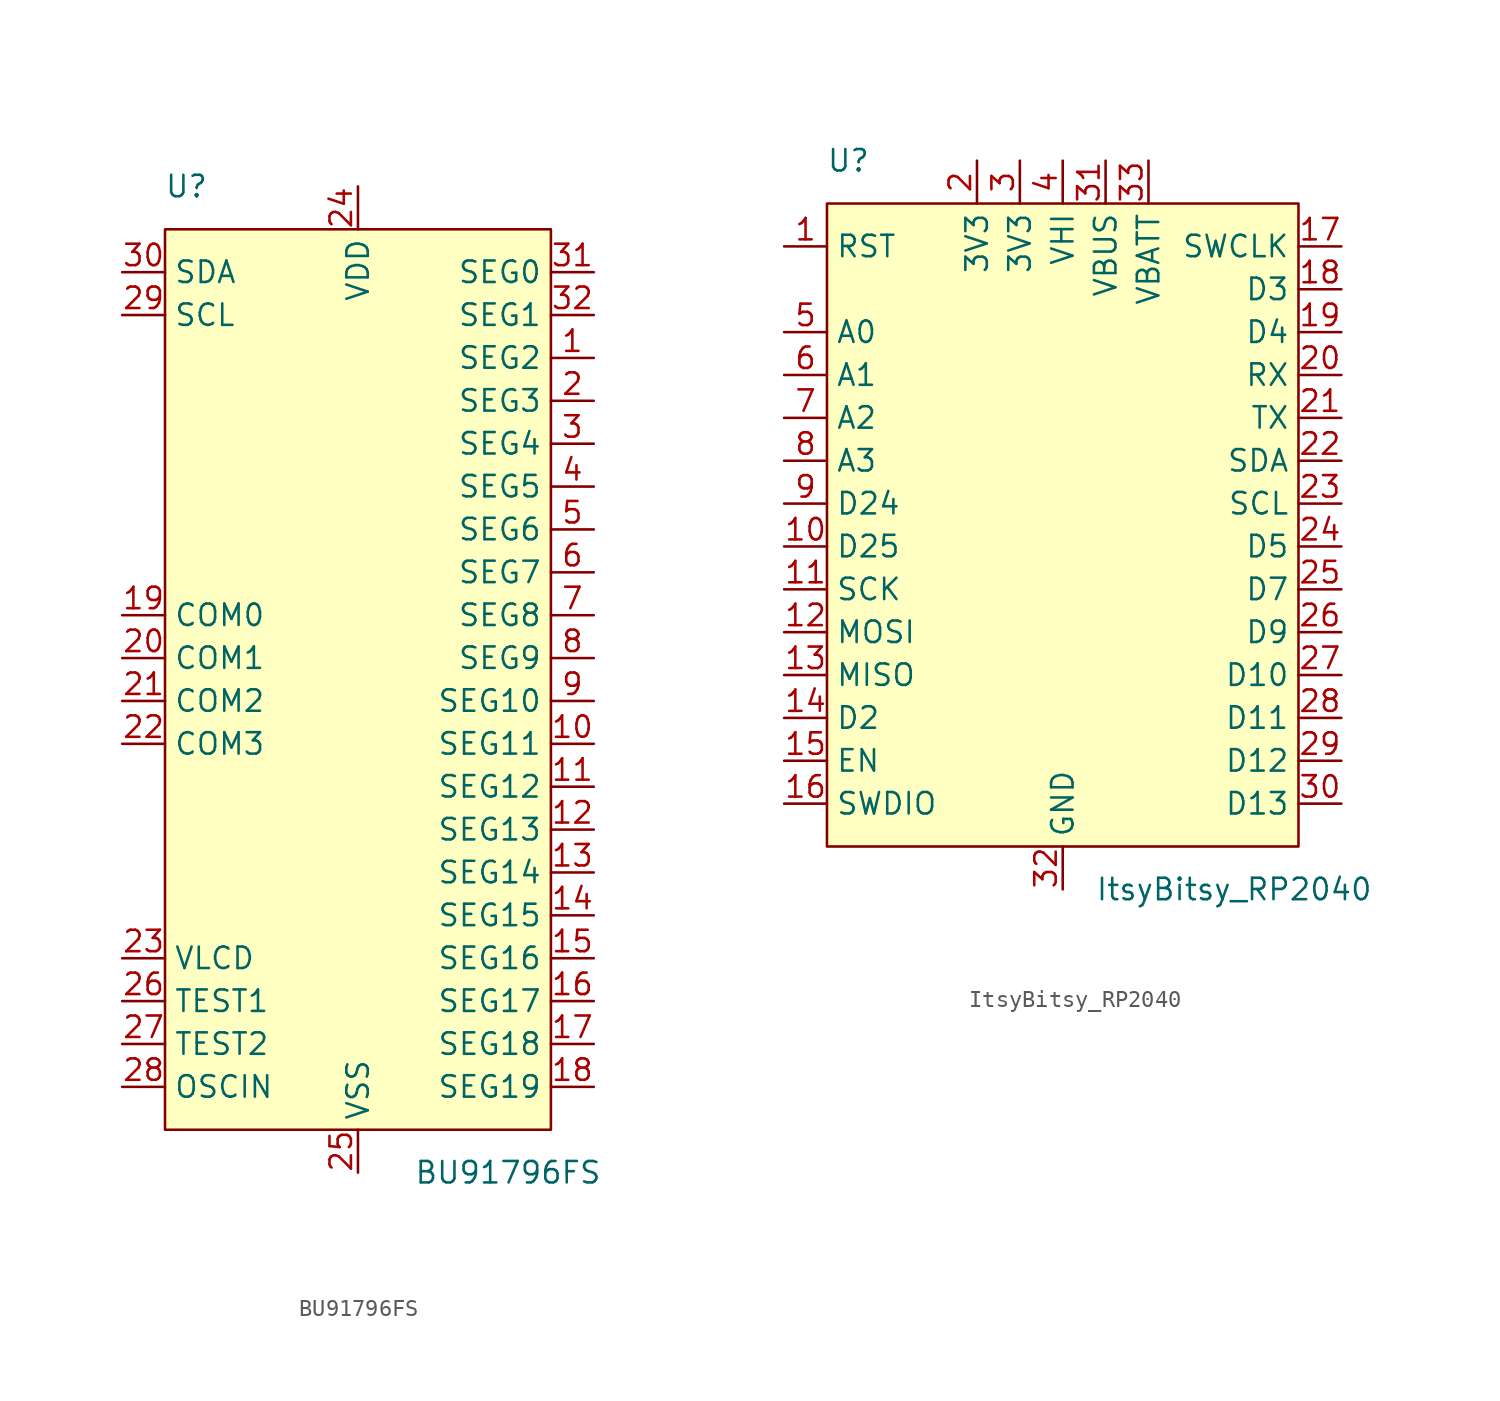
<source format=kicad_sym>
(kicad_symbol_lib
  (version 20211014)
  (generator kicad_symbol_editor)
  (symbol "BU91796FS"
    (property "Reference" "U"
      (at -10.16 29.21 0)
      (effects (font (size 1.27 1.27))))
    (property "Value" "BU91796FS"
      (at 8.89 -29.21 0)
      (effects (font (size 1.27 1.27))))
    (symbol "BU91796FS_0_1"
      (rectangle (start -11.43 26.67) (end 11.43 -26.67) (stroke (width 0) (type default) (color 0 0 0 0)) (fill (type background))))
    (symbol "BU91796FS_1_1"
      (pin output line (at 13.97 19.05 180) (length 2.54) (name "SEG2" (effects (font (size 1.27 1.27)))) (number "1" (effects (font (size 1.27 1.27)))))
      (pin output line (at 13.97 -3.81 180) (length 2.54) (name "SEG11" (effects (font (size 1.27 1.27)))) (number "10" (effects (font (size 1.27 1.27)))))
      (pin output line (at 13.97 -6.35 180) (length 2.54) (name "SEG12" (effects (font (size 1.27 1.27)))) (number "11" (effects (font (size 1.27 1.27)))))
      (pin output line (at 13.97 -8.89 180) (length 2.54) (name "SEG13" (effects (font (size 1.27 1.27)))) (number "12" (effects (font (size 1.27 1.27)))))
      (pin output line (at 13.97 -11.43 180) (length 2.54) (name "SEG14" (effects (font (size 1.27 1.27)))) (number "13" (effects (font (size 1.27 1.27)))))
      (pin output line (at 13.97 -13.97 180) (length 2.54) (name "SEG15" (effects (font (size 1.27 1.27)))) (number "14" (effects (font (size 1.27 1.27)))))
      (pin output line (at 13.97 -16.51 180) (length 2.54) (name "SEG16" (effects (font (size 1.27 1.27)))) (number "15" (effects (font (size 1.27 1.27)))))
      (pin output line (at 13.97 -19.05 180) (length 2.54) (name "SEG17" (effects (font (size 1.27 1.27)))) (number "16" (effects (font (size 1.27 1.27)))))
      (pin output line (at 13.97 -21.59 180) (length 2.54) (name "SEG18" (effects (font (size 1.27 1.27)))) (number "17" (effects (font (size 1.27 1.27)))))
      (pin output line (at 13.97 -24.13 180) (length 2.54) (name "SEG19" (effects (font (size 1.27 1.27)))) (number "18" (effects (font (size 1.27 1.27)))))
      (pin output line (at -13.97 3.81 0) (length 2.54) (name "COM0" (effects (font (size 1.27 1.27)))) (number "19" (effects (font (size 1.27 1.27)))))
      (pin output line (at 13.97 16.51 180) (length 2.54) (name "SEG3" (effects (font (size 1.27 1.27)))) (number "2" (effects (font (size 1.27 1.27)))))
      (pin output line (at -13.97 1.27 0) (length 2.54) (name "COM1" (effects (font (size 1.27 1.27)))) (number "20" (effects (font (size 1.27 1.27)))))
      (pin output line (at -13.97 -1.27 0) (length 2.54) (name "COM2" (effects (font (size 1.27 1.27)))) (number "21" (effects (font (size 1.27 1.27)))))
      (pin output line (at -13.97 -3.81 0) (length 2.54) (name "COM3" (effects (font (size 1.27 1.27)))) (number "22" (effects (font (size 1.27 1.27)))))
      (pin power_in line (at -13.97 -16.51 0) (length 2.54) (name "VLCD" (effects (font (size 1.27 1.27)))) (number "23" (effects (font (size 1.27 1.27)))))
      (pin power_in line (at 0 29.21 270) (length 2.54) (name "VDD" (effects (font (size 1.27 1.27)))) (number "24" (effects (font (size 1.27 1.27)))))
      (pin power_in line (at 0 -29.21 90) (length 2.54) (name "VSS" (effects (font (size 1.27 1.27)))) (number "25" (effects (font (size 1.27 1.27)))))
      (pin input line (at -13.97 -19.05 0) (length 2.54) (name "TEST1" (effects (font (size 1.27 1.27)))) (number "26" (effects (font (size 1.27 1.27)))))
      (pin input line (at -13.97 -21.59 0) (length 2.54) (name "TEST2" (effects (font (size 1.27 1.27)))) (number "27" (effects (font (size 1.27 1.27)))))
      (pin input line (at -13.97 -24.13 0) (length 2.54) (name "OSCIN" (effects (font (size 1.27 1.27)))) (number "28" (effects (font (size 1.27 1.27)))))
      (pin input line (at -13.97 21.59 0) (length 2.54) (name "SCL" (effects (font (size 1.27 1.27)))) (number "29" (effects (font (size 1.27 1.27)))))
      (pin output line (at 13.97 13.97 180) (length 2.54) (name "SEG4" (effects (font (size 1.27 1.27)))) (number "3" (effects (font (size 1.27 1.27)))))
      (pin bidirectional line (at -13.97 24.13 0) (length 2.54) (name "SDA" (effects (font (size 1.27 1.27)))) (number "30" (effects (font (size 1.27 1.27)))))
      (pin output line (at 13.97 24.13 180) (length 2.54) (name "SEG0" (effects (font (size 1.27 1.27)))) (number "31" (effects (font (size 1.27 1.27)))))
      (pin output line (at 13.97 21.59 180) (length 2.54) (name "SEG1" (effects (font (size 1.27 1.27)))) (number "32" (effects (font (size 1.27 1.27)))))
      (pin output line (at 13.97 11.43 180) (length 2.54) (name "SEG5" (effects (font (size 1.27 1.27)))) (number "4" (effects (font (size 1.27 1.27)))))
      (pin output line (at 13.97 8.89 180) (length 2.54) (name "SEG6" (effects (font (size 1.27 1.27)))) (number "5" (effects (font (size 1.27 1.27)))))
      (pin output line (at 13.97 6.35 180) (length 2.54) (name "SEG7" (effects (font (size 1.27 1.27)))) (number "6" (effects (font (size 1.27 1.27)))))
      (pin output line (at 13.97 3.81 180) (length 2.54) (name "SEG8" (effects (font (size 1.27 1.27)))) (number "7" (effects (font (size 1.27 1.27)))))
      (pin output line (at 13.97 1.27 180) (length 2.54) (name "SEG9" (effects (font (size 1.27 1.27)))) (number "8" (effects (font (size 1.27 1.27)))))
      (pin output line (at 13.97 -1.27 180) (length 2.54) (name "SEG10" (effects (font (size 1.27 1.27)))) (number "9" (effects (font (size 1.27 1.27)))))))
  (symbol "ItsyBitsy_RP2040"
    (property "Reference" "U"
      (at -12.7 21.59 0)
      (effects (font (size 1.27 1.27))))
    (property "Value" "ItsyBitsy_RP2040"
      (at 10.16 -21.59 0)
      (effects (font (size 1.27 1.27))))
    (symbol "ItsyBitsy_RP2040_0_1"
      (rectangle (start -13.97 19.05) (end 13.97 -19.05) (stroke (width 0) (type default) (color 0 0 0 0)) (fill (type background))))
    (symbol "ItsyBitsy_RP2040_1_1"
      (pin input line (at -16.51 16.51 0) (length 2.54) (name "RST" (effects (font (size 1.27 1.27)))) (number "1" (effects (font (size 1.27 1.27)))))
      (pin bidirectional line (at -16.51 -1.27 0) (length 2.54) (name "D25" (effects (font (size 1.27 1.27)))) (number "10" (effects (font (size 1.27 1.27)))))
      (pin bidirectional line (at -16.51 -3.81 0) (length 2.54) (name "SCK" (effects (font (size 1.27 1.27)))) (number "11" (effects (font (size 1.27 1.27)))))
      (pin bidirectional line (at -16.51 -6.35 0) (length 2.54) (name "MOSI" (effects (font (size 1.27 1.27)))) (number "12" (effects (font (size 1.27 1.27)))))
      (pin bidirectional line (at -16.51 -8.89 0) (length 2.54) (name "MISO" (effects (font (size 1.27 1.27)))) (number "13" (effects (font (size 1.27 1.27)))))
      (pin bidirectional line (at -16.51 -11.43 0) (length 2.54) (name "D2" (effects (font (size 1.27 1.27)))) (number "14" (effects (font (size 1.27 1.27)))))
      (pin input line (at -16.51 -13.97 0) (length 2.54) (name "EN" (effects (font (size 1.27 1.27)))) (number "15" (effects (font (size 1.27 1.27)))))
      (pin bidirectional line (at -16.51 -16.51 0) (length 2.54) (name "SWDIO" (effects (font (size 1.27 1.27)))) (number "16" (effects (font (size 1.27 1.27)))))
      (pin input line (at 16.51 16.51 180) (length 2.54) (name "SWCLK" (effects (font (size 1.27 1.27)))) (number "17" (effects (font (size 1.27 1.27)))))
      (pin bidirectional line (at 16.51 13.97 180) (length 2.54) (name "D3" (effects (font (size 1.27 1.27)))) (number "18" (effects (font (size 1.27 1.27)))))
      (pin bidirectional line (at 16.51 11.43 180) (length 2.54) (name "D4" (effects (font (size 1.27 1.27)))) (number "19" (effects (font (size 1.27 1.27)))))
      (pin power_out line (at -5.08 21.59 270) (length 2.54) (name "3V3" (effects (font (size 1.27 1.27)))) (number "2" (effects (font (size 1.27 1.27)))))
      (pin input line (at 16.51 8.89 180) (length 2.54) (name "RX" (effects (font (size 1.27 1.27)))) (number "20" (effects (font (size 1.27 1.27)))))
      (pin output line (at 16.51 6.35 180) (length 2.54) (name "TX" (effects (font (size 1.27 1.27)))) (number "21" (effects (font (size 1.27 1.27)))))
      (pin bidirectional line (at 16.51 3.81 180) (length 2.54) (name "SDA" (effects (font (size 1.27 1.27)))) (number "22" (effects (font (size 1.27 1.27)))))
      (pin output line (at 16.51 1.27 180) (length 2.54) (name "SCL" (effects (font (size 1.27 1.27)))) (number "23" (effects (font (size 1.27 1.27)))))
      (pin bidirectional line (at 16.51 -1.27 180) (length 2.54) (name "D5" (effects (font (size 1.27 1.27)))) (number "24" (effects (font (size 1.27 1.27)))))
      (pin bidirectional line (at 16.51 -3.81 180) (length 2.54) (name "D7" (effects (font (size 1.27 1.27)))) (number "25" (effects (font (size 1.27 1.27)))))
      (pin bidirectional line (at 16.51 -6.35 180) (length 2.54) (name "D9" (effects (font (size 1.27 1.27)))) (number "26" (effects (font (size 1.27 1.27)))))
      (pin bidirectional line (at 16.51 -8.89 180) (length 2.54) (name "D10" (effects (font (size 1.27 1.27)))) (number "27" (effects (font (size 1.27 1.27)))))
      (pin bidirectional line (at 16.51 -11.43 180) (length 2.54) (name "D11" (effects (font (size 1.27 1.27)))) (number "28" (effects (font (size 1.27 1.27)))))
      (pin bidirectional line (at 16.51 -13.97 180) (length 2.54) (name "D12" (effects (font (size 1.27 1.27)))) (number "29" (effects (font (size 1.27 1.27)))))
      (pin power_out line (at -2.54 21.59 270) (length 2.54) (name "3V3" (effects (font (size 1.27 1.27)))) (number "3" (effects (font (size 1.27 1.27)))))
      (pin bidirectional line (at 16.51 -16.51 180) (length 2.54) (name "D13" (effects (font (size 1.27 1.27)))) (number "30" (effects (font (size 1.27 1.27)))))
      (pin power_in line (at 2.54 21.59 270) (length 2.54) (name "VBUS" (effects (font (size 1.27 1.27)))) (number "31" (effects (font (size 1.27 1.27)))))
      (pin power_in line (at 0 -21.59 90) (length 2.54) (name "GND" (effects (font (size 1.27 1.27)))) (number "32" (effects (font (size 1.27 1.27)))))
      (pin power_in line (at 5.08 21.59 270) (length 2.54) (name "VBATT" (effects (font (size 1.27 1.27)))) (number "33" (effects (font (size 1.27 1.27)))))
      (pin power_out line (at 0 21.59 270) (length 2.54) (name "VHI" (effects (font (size 1.27 1.27)))) (number "4" (effects (font (size 1.27 1.27)))))
      (pin bidirectional line (at -16.51 11.43 0) (length 2.54) (name "A0" (effects (font (size 1.27 1.27)))) (number "5" (effects (font (size 1.27 1.27)))))
      (pin bidirectional line (at -16.51 8.89 0) (length 2.54) (name "A1" (effects (font (size 1.27 1.27)))) (number "6" (effects (font (size 1.27 1.27)))))
      (pin bidirectional line (at -16.51 6.35 0) (length 2.54) (name "A2" (effects (font (size 1.27 1.27)))) (number "7" (effects (font (size 1.27 1.27)))))
      (pin bidirectional line (at -16.51 3.81 0) (length 2.54) (name "A3" (effects (font (size 1.27 1.27)))) (number "8" (effects (font (size 1.27 1.27)))))
      (pin bidirectional line (at -16.51 1.27 0) (length 2.54) (name "D24" (effects (font (size 1.27 1.27)))) (number "9" (effects (font (size 1.27 1.27))))))))
</source>
